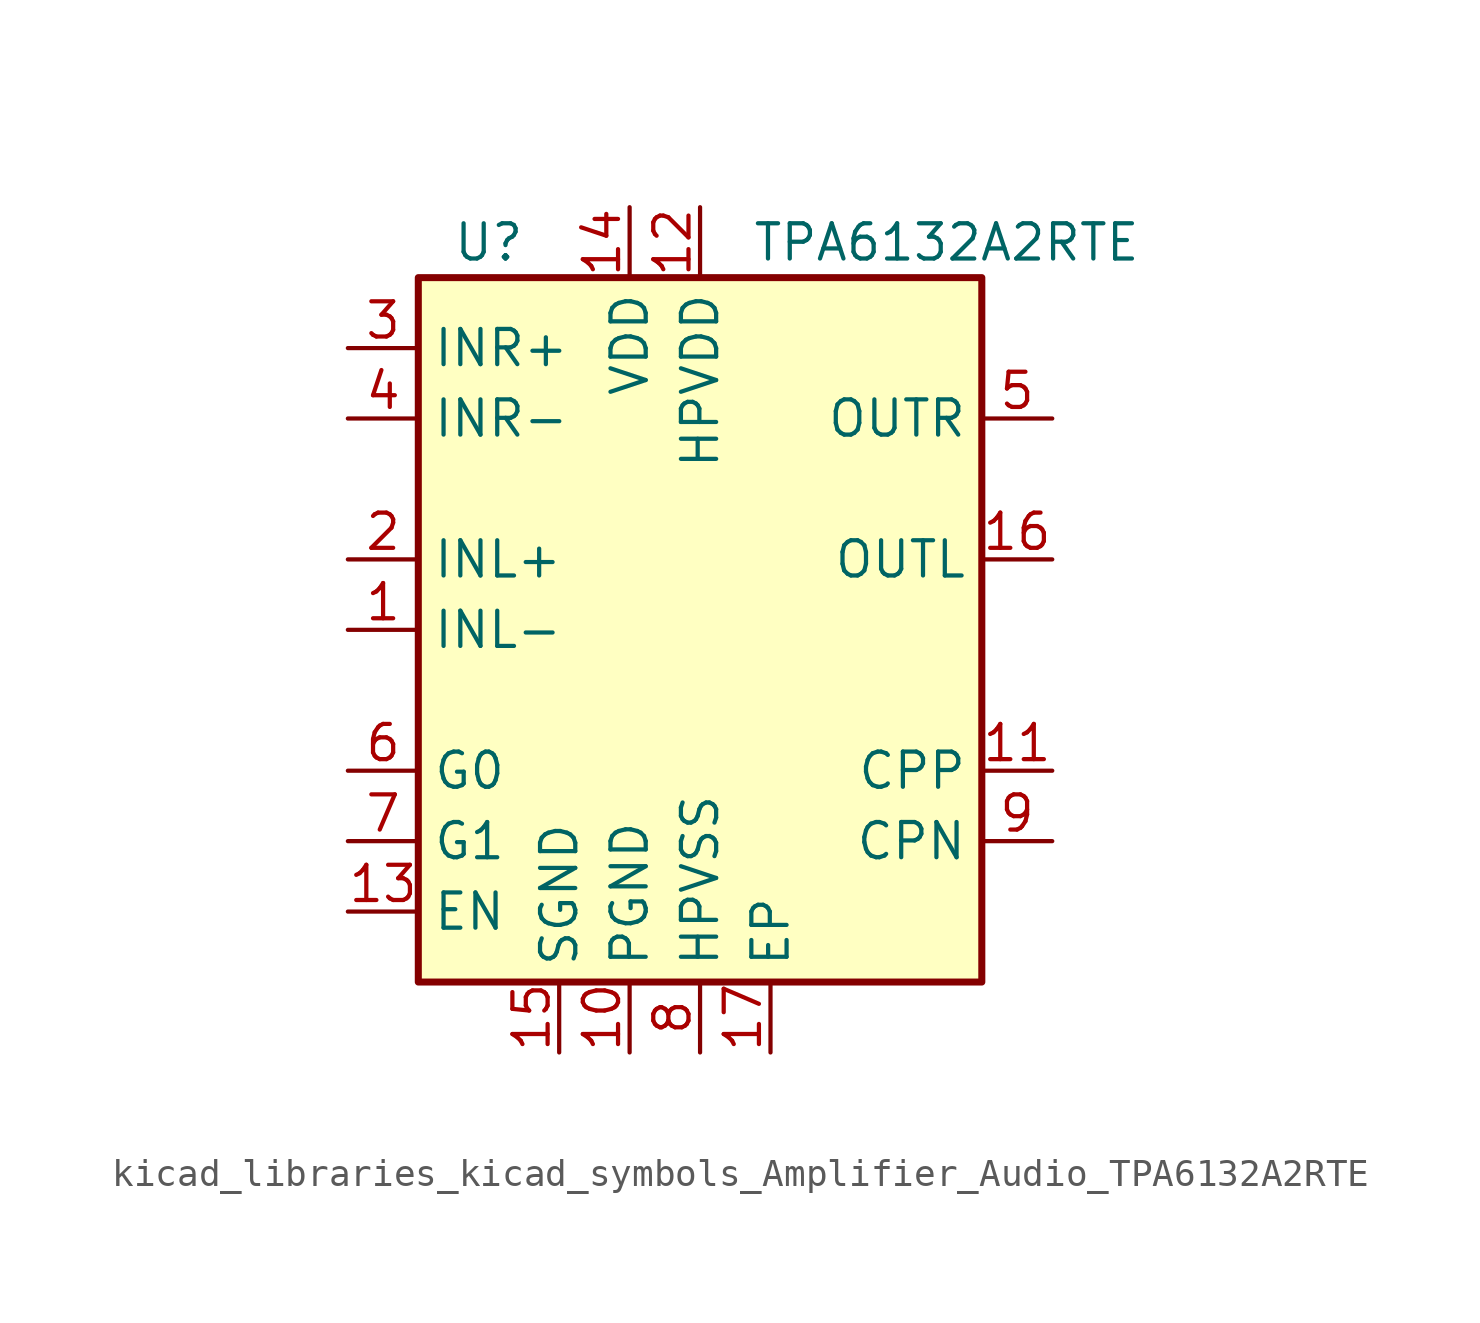
<source format=kicad_sym>
(kicad_symbol_lib
  (version 20220914)
  (generator kicad_symbol_editor)
  (symbol "kicad_libraries_kicad_symbols_Amplifier_Audio_TPA6132A2RTE"
    (property "Reference" "U"
      (at -7.62 13.97 0)
      (effects (font (size 1.27 1.27))))
    (property "Value" "TPA6132A2RTE"
      (at 8.89 13.97 0)
      (effects (font (size 1.27 1.27))))
    (symbol "kicad_libraries_kicad_symbols_Amplifier_Audio_TPA6132A2RTE_0_1"
      (rectangle (start -10.16 12.7) (end 10.16 -12.7) (stroke (width 0.254) (type default)) (fill (type background))))
    (symbol "kicad_libraries_kicad_symbols_Amplifier_Audio_TPA6132A2RTE_1_1"
      (pin input line (at -12.7 0 0) (length 2.54) (name "INL-" (effects (font (size 1.27 1.27)))) (number "1" (effects (font (size 1.27 1.27)))))
      (pin power_in line (at -2.54 -15.24 90) (length 2.54) (name "PGND" (effects (font (size 1.27 1.27)))) (number "10" (effects (font (size 1.27 1.27)))))
      (pin passive line (at 12.7 -5.08 180) (length 2.54) (name "CPP" (effects (font (size 1.27 1.27)))) (number "11" (effects (font (size 1.27 1.27)))))
      (pin power_in line (at 0 15.24 270) (length 2.54) (name "HPVDD" (effects (font (size 1.27 1.27)))) (number "12" (effects (font (size 1.27 1.27)))))
      (pin input line (at -12.7 -10.16 0) (length 2.54) (name "EN" (effects (font (size 1.27 1.27)))) (number "13" (effects (font (size 1.27 1.27)))))
      (pin power_in line (at -2.54 15.24 270) (length 2.54) (name "VDD" (effects (font (size 1.27 1.27)))) (number "14" (effects (font (size 1.27 1.27)))))
      (pin power_in line (at -5.08 -15.24 90) (length 2.54) (name "SGND" (effects (font (size 1.27 1.27)))) (number "15" (effects (font (size 1.27 1.27)))))
      (pin output line (at 12.7 2.54 180) (length 2.54) (name "OUTL" (effects (font (size 1.27 1.27)))) (number "16" (effects (font (size 1.27 1.27)))))
      (pin passive line (at 2.54 -15.24 90) (length 2.54) (name "EP" (effects (font (size 1.27 1.27)))) (number "17" (effects (font (size 1.27 1.27)))))
      (pin input line (at -12.7 2.54 0) (length 2.54) (name "INL+" (effects (font (size 1.27 1.27)))) (number "2" (effects (font (size 1.27 1.27)))))
      (pin input line (at -12.7 10.16 0) (length 2.54) (name "INR+" (effects (font (size 1.27 1.27)))) (number "3" (effects (font (size 1.27 1.27)))))
      (pin input line (at -12.7 7.62 0) (length 2.54) (name "INR-" (effects (font (size 1.27 1.27)))) (number "4" (effects (font (size 1.27 1.27)))))
      (pin output line (at 12.7 7.62 180) (length 2.54) (name "OUTR" (effects (font (size 1.27 1.27)))) (number "5" (effects (font (size 1.27 1.27)))))
      (pin input line (at -12.7 -5.08 0) (length 2.54) (name "G0" (effects (font (size 1.27 1.27)))) (number "6" (effects (font (size 1.27 1.27)))))
      (pin input line (at -12.7 -7.62 0) (length 2.54) (name "G1" (effects (font (size 1.27 1.27)))) (number "7" (effects (font (size 1.27 1.27)))))
      (pin power_in line (at 0 -15.24 90) (length 2.54) (name "HPVSS" (effects (font (size 1.27 1.27)))) (number "8" (effects (font (size 1.27 1.27)))))
      (pin passive line (at 12.7 -7.62 180) (length 2.54) (name "CPN" (effects (font (size 1.27 1.27)))) (number "9" (effects (font (size 1.27 1.27))))))))
</source>
